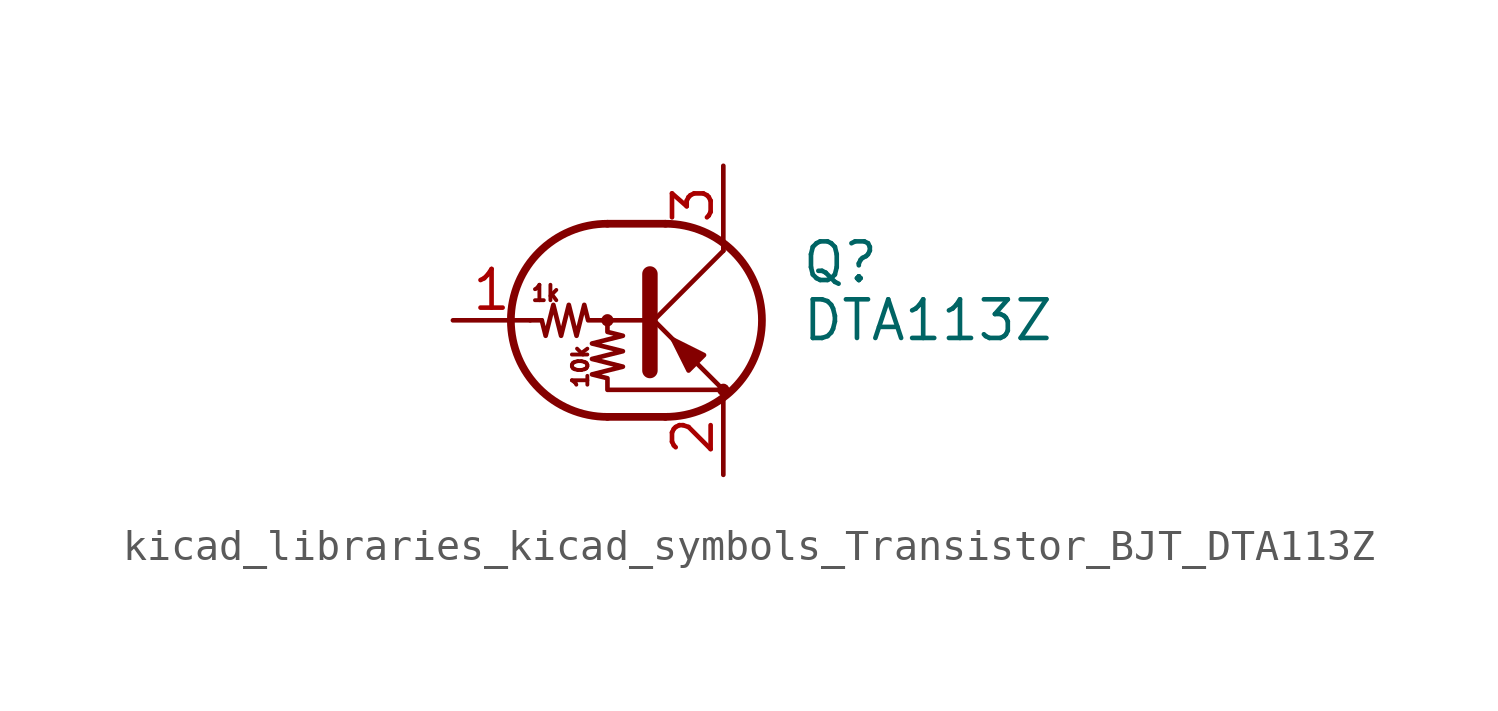
<source format=kicad_sym>
(kicad_symbol_lib
  (version 20220914)
  (generator kicad_symbol_editor)
  (symbol "kicad_libraries_kicad_symbols_Transistor_BJT_DTA113Z"
    (pin_names
      (offset 0) hide)
    (property "Reference" "Q"
      (at 5.08 1.905 0)
      (effects (font (size 1.27 1.27)) (justify left)))
    (property "Value" "DTA113Z"
      (at 5.08 0 0)
      (effects (font (size 1.27 1.27)) (justify left)))
    (symbol "kicad_libraries_kicad_symbols_Transistor_BJT_DTA113Z_0_0"
      (text "10k" (at -2.159 -1.524 900) (effects (font (size 0.508 0.508))))
      (text "1k" (at -3.302 0.889 0) (effects (font (size 0.508 0.508)))))
    (symbol "kicad_libraries_kicad_symbols_Transistor_BJT_DTA113Z_0_1"
      (circle (center -1.27 0) (radius 0.127) (stroke (width 0) (type default)) (fill (type none)))
      (arc (start -1.27 3.175) (mid -4.4312 0) (end -1.27 -3.175) (stroke (width 0.254) (type default)) (fill (type none)))
      (polyline (pts (xy -3.429 0) (xy -3.81 0)) (stroke (width 0) (type default)) (fill (type none)))
      (polyline (pts (xy -1.27 -3.175) (xy 0.635 -3.175)) (stroke (width 0.254) (type default)) (fill (type none)))
      (polyline (pts (xy -1.27 3.175) (xy 0.635 3.175)) (stroke (width 0.254) (type default)) (fill (type none)))
      (polyline (pts (xy 0 -0.254) (xy 2.54 2.286)) (stroke (width 0) (type default)) (fill (type none)))
      (polyline (pts (xy 0.127 1.524) (xy 0.127 -1.651)) (stroke (width 0.508) (type default)) (fill (type outline)))
      (polyline (pts (xy 2.54 2.286) (xy 2.54 2.54)) (stroke (width 0) (type default)) (fill (type none)))
      (polyline (pts (xy 2.54 -2.286) (xy 0 0.254) (xy 0 0.254)) (stroke (width 0) (type default)) (fill (type none)))
      (polyline (pts (xy 1.397 -1.651) (xy 1.905 -1.143) (xy 0.889 -0.635) (xy 1.397 -1.651)) (stroke (width 0) (type default)) (fill (type outline)))
      (polyline (pts (xy 0 0) (xy -1.905 0) (xy -2.032 0.508) (xy -2.286 -0.508) (xy -2.54 0.508) (xy -2.794 -0.508) (xy -3.048 0.508) (xy -3.302 -0.508) (xy -3.429 0)) (stroke (width 0) (type default)) (fill (type none)))
      (polyline (pts (xy -1.27 0) (xy -1.27 -0.381) (xy -0.762 -0.508) (xy -1.778 -0.762) (xy -0.762 -1.016) (xy -1.778 -1.27) (xy -0.762 -1.524) (xy -1.778 -1.778) (xy -1.27 -1.905) (xy -1.27 -2.286) (xy 2.54 -2.286)) (stroke (width 0) (type default)) (fill (type none)))
      (arc (start 0.635 -3.175) (mid 3.7962 0) (end 0.635 3.175) (stroke (width 0.254) (type default)) (fill (type none)))
      (circle (center 2.54 -2.286) (radius 0.127) (stroke (width 0) (type default)) (fill (type none))))
    (symbol "kicad_libraries_kicad_symbols_Transistor_BJT_DTA113Z_1_1"
      (pin input line (at -6.35 0 0) (length 2.54) (name "B" (effects (font (size 1.27 1.27)))) (number "1" (effects (font (size 1.27 1.27)))))
      (pin passive line (at 2.54 -5.08 90) (length 2.54) (name "E" (effects (font (size 1.27 1.27)))) (number "2" (effects (font (size 1.27 1.27)))))
      (pin passive line (at 2.54 5.08 270) (length 2.54) (name "C" (effects (font (size 1.27 1.27)))) (number "3" (effects (font (size 1.27 1.27))))))))
</source>
